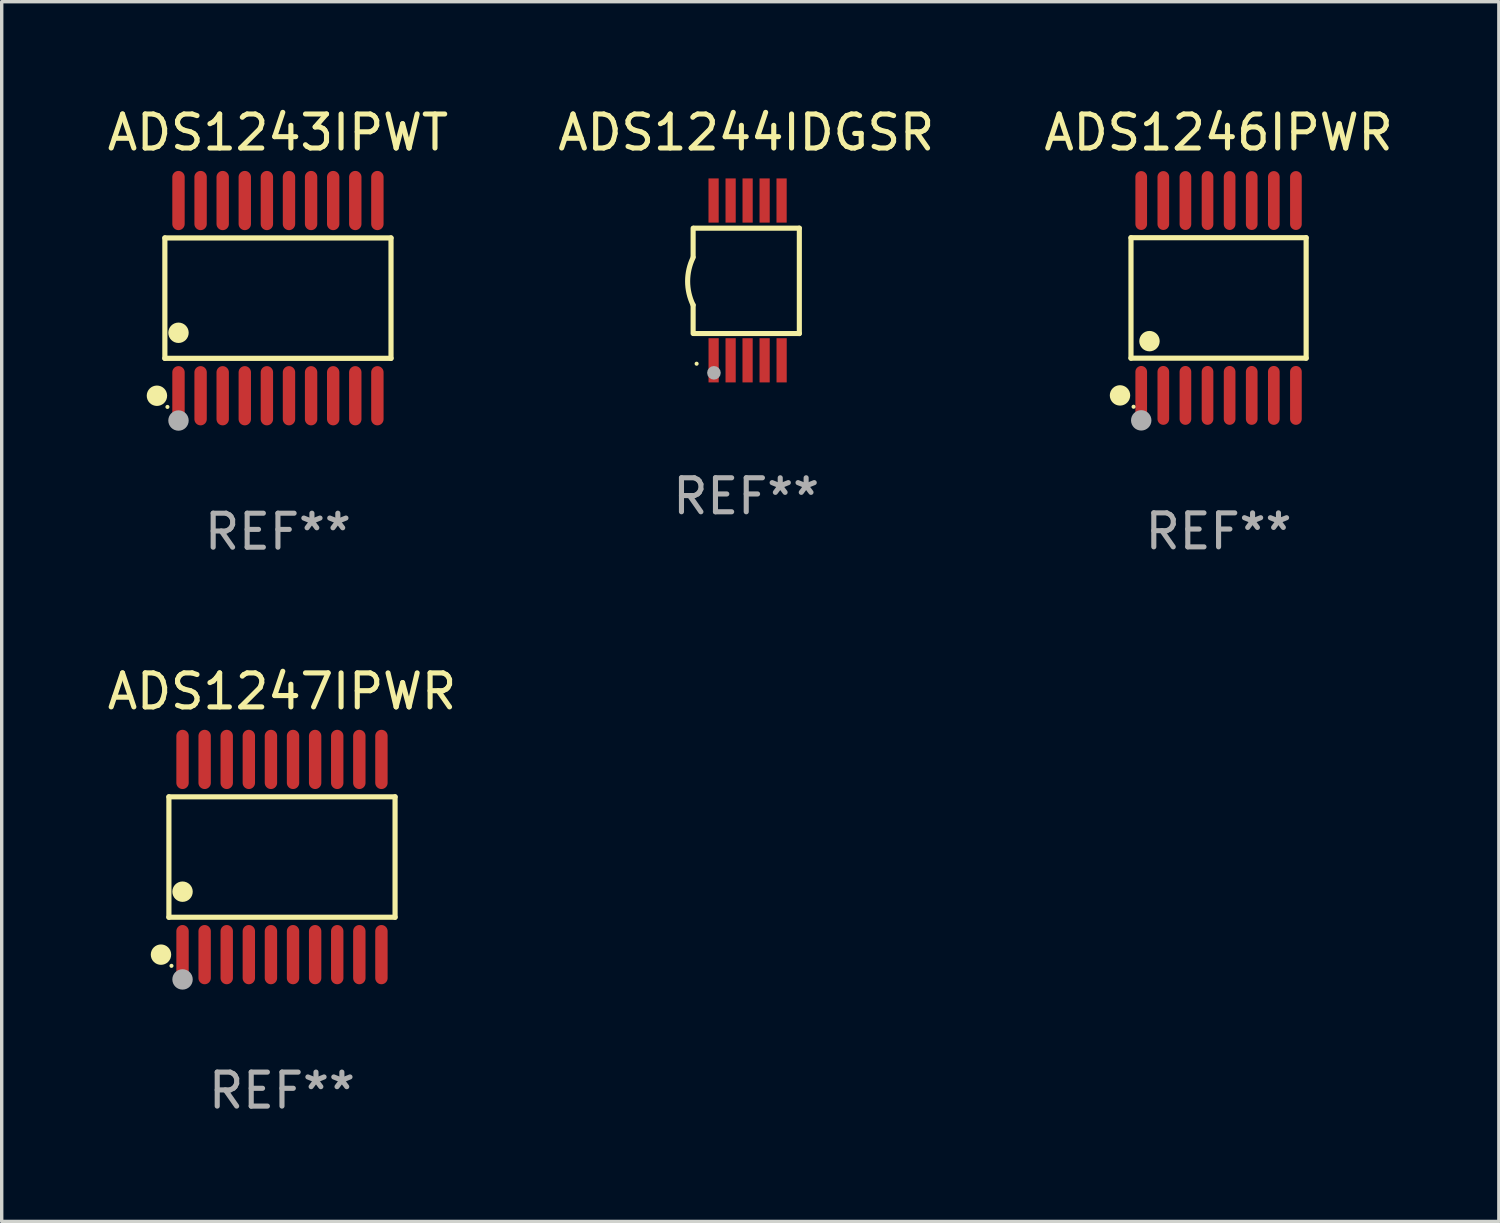
<source format=kicad_pcb>
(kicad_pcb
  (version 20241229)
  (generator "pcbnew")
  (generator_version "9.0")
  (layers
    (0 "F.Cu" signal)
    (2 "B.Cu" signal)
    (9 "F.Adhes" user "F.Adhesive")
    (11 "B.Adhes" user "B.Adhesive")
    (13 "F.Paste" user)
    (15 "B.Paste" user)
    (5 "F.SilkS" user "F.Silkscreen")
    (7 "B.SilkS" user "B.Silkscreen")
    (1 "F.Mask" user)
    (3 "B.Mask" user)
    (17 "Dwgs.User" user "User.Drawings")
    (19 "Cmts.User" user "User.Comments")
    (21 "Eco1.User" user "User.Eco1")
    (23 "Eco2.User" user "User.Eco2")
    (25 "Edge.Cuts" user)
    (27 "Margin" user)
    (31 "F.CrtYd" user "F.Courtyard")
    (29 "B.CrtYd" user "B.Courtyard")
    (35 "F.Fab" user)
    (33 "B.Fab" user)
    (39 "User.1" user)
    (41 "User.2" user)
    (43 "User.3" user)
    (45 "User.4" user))
  (footprint "ADS1247IPWR"
    (layer "F.Cu")
    (at 5.244 22.158)
    (property "Reference" "ADS1247IPWR" (at 0 -4.871 0) (layer "F.SilkS") (effects (font (size 1 1) (thickness 0.15))))
    (attr through_hole)
    (fp_line (start -3.326 -1.771) (end 3.326 -1.771) (stroke (width 0.152) (type solid)) (layer "F.SilkS"))
    (fp_line (start -3.326 1.771) (end -3.326 -1.771) (stroke (width 0.152) (type solid)) (layer "F.SilkS"))
    (fp_line (start 3.326 -1.771) (end 3.326 1.771) (stroke (width 0.152) (type solid)) (layer "F.SilkS"))
    (fp_line (start 3.326 1.771) (end -3.326 1.771) (stroke (width 0.152) (type solid)) (layer "F.SilkS"))
    (fp_circle (center -3.559 2.871) (end -3.409 2.871) (stroke (width 0.3) (type solid)) (fill no) (layer "F.SilkS"))
    (fp_circle (center -3.25 3.2) (end -3.22 3.2) (stroke (width 0.06) (type solid)) (fill no) (layer "F.SilkS"))
    (fp_circle (center -2.925 1.019) (end -2.775 1.019) (stroke (width 0.3) (type solid)) (fill no) (layer "F.SilkS"))
    (fp_circle (center -2.925 3.6) (end -2.775 3.6) (stroke (width 0.3) (type solid)) (fill no) (layer "F.Fab"))
    (fp_text user "REF**" (at 0 6.871 0) (layer "F.Fab") (effects (font (size 1 1) (thickness 0.15))))
    (pad "1" smd oval (at -2.925 2.871) (size 0.364 1.742) (layers "F.Cu" "F.Mask" "F.Paste"))
    (pad "2" smd oval (at -2.275 2.871) (size 0.364 1.742) (layers "F.Cu" "F.Mask" "F.Paste"))
    (pad "3" smd oval (at -1.625 2.871) (size 0.364 1.742) (layers "F.Cu" "F.Mask" "F.Paste"))
    (pad "4" smd oval (at -0.975 2.871) (size 0.364 1.742) (layers "F.Cu" "F.Mask" "F.Paste"))
    (pad "5" smd oval (at -0.325 2.871) (size 0.364 1.742) (layers "F.Cu" "F.Mask" "F.Paste"))
    (pad "6" smd oval (at 0.325 2.871) (size 0.364 1.742) (layers "F.Cu" "F.Mask" "F.Paste"))
    (pad "7" smd oval (at 0.975 2.871) (size 0.364 1.742) (layers "F.Cu" "F.Mask" "F.Paste"))
    (pad "8" smd oval (at 1.625 2.871) (size 0.364 1.742) (layers "F.Cu" "F.Mask" "F.Paste"))
    (pad "9" smd oval (at 2.275 2.871) (size 0.364 1.742) (layers "F.Cu" "F.Mask" "F.Paste"))
    (pad "10" smd oval (at 2.925 2.871) (size 0.364 1.742) (layers "F.Cu" "F.Mask" "F.Paste"))
    (pad "11" smd oval (at 2.925 -2.871) (size 0.364 1.742) (layers "F.Cu" "F.Mask" "F.Paste"))
    (pad "12" smd oval (at 2.275 -2.871) (size 0.364 1.742) (layers "F.Cu" "F.Mask" "F.Paste"))
    (pad "13" smd oval (at 1.625 -2.871) (size 0.364 1.742) (layers "F.Cu" "F.Mask" "F.Paste"))
    (pad "14" smd oval (at 0.975 -2.871) (size 0.364 1.742) (layers "F.Cu" "F.Mask" "F.Paste"))
    (pad "15" smd oval (at 0.325 -2.871) (size 0.364 1.742) (layers "F.Cu" "F.Mask" "F.Paste"))
    (pad "16" smd oval (at -0.325 -2.871) (size 0.364 1.742) (layers "F.Cu" "F.Mask" "F.Paste"))
    (pad "17" smd oval (at -0.975 -2.871) (size 0.364 1.742) (layers "F.Cu" "F.Mask" "F.Paste"))
    (pad "18" smd oval (at -1.625 -2.871) (size 0.364 1.742) (layers "F.Cu" "F.Mask" "F.Paste"))
    (pad "19" smd oval (at -2.275 -2.871) (size 0.364 1.742) (layers "F.Cu" "F.Mask" "F.Paste"))
    (pad "20" smd oval (at -2.925 -2.871) (size 0.364 1.742) (layers "F.Cu" "F.Mask" "F.Paste")))
  (footprint "ADS1246IPWR"
    (layer "F.Cu")
    (at 32.792 5.714)
    (property "Reference" "ADS1246IPWR" (at 0 -4.866 0) (layer "F.SilkS") (effects (font (size 1 1) (thickness 0.15))))
    (attr through_hole)
    (fp_line (start -2.576 -1.772) (end 2.576 -1.772) (stroke (width 0.152) (type solid)) (layer "F.SilkS"))
    (fp_line (start -2.576 1.771) (end -2.576 -1.772) (stroke (width 0.152) (type solid)) (layer "F.SilkS"))
    (fp_line (start 2.576 -1.772) (end 2.576 1.771) (stroke (width 0.152) (type solid)) (layer "F.SilkS"))
    (fp_line (start 2.576 1.771) (end -2.576 1.771) (stroke (width 0.152) (type solid)) (layer "F.SilkS"))
    (fp_circle (center -2.899 2.866) (end -2.749 2.866) (stroke (width 0.3) (type solid)) (fill no) (layer "F.SilkS"))
    (fp_circle (center -2.5 3.2) (end -2.47 3.2) (stroke (width 0.06) (type solid)) (fill no) (layer "F.SilkS"))
    (fp_circle (center -2.032 1.27) (end -1.882 1.27) (stroke (width 0.3) (type solid)) (fill no) (layer "F.SilkS"))
    (fp_circle (center -2.275 3.6) (end -2.125 3.6) (stroke (width 0.3) (type solid)) (fill no) (layer "F.Fab"))
    (fp_text user "REF**" (at 0 6.866 0) (layer "F.Fab") (effects (font (size 1 1) (thickness 0.15))))
    (pad "1" smd oval (at -2.275 2.866) (size 0.343 1.731) (layers "F.Cu" "F.Mask" "F.Paste"))
    (pad "2" smd oval (at -1.625 2.866) (size 0.343 1.731) (layers "F.Cu" "F.Mask" "F.Paste"))
    (pad "3" smd oval (at -0.975 2.866) (size 0.343 1.731) (layers "F.Cu" "F.Mask" "F.Paste"))
    (pad "4" smd oval (at -0.325 2.866) (size 0.343 1.731) (layers "F.Cu" "F.Mask" "F.Paste"))
    (pad "5" smd oval (at 0.325 2.866) (size 0.343 1.731) (layers "F.Cu" "F.Mask" "F.Paste"))
    (pad "6" smd oval (at 0.975 2.866) (size 0.343 1.731) (layers "F.Cu" "F.Mask" "F.Paste"))
    (pad "7" smd oval (at 1.625 2.866) (size 0.343 1.731) (layers "F.Cu" "F.Mask" "F.Paste"))
    (pad "8" smd oval (at 2.275 2.866) (size 0.343 1.731) (layers "F.Cu" "F.Mask" "F.Paste"))
    (pad "9" smd oval (at 2.275 -2.866) (size 0.343 1.731) (layers "F.Cu" "F.Mask" "F.Paste"))
    (pad "10" smd oval (at 1.625 -2.866) (size 0.343 1.731) (layers "F.Cu" "F.Mask" "F.Paste"))
    (pad "11" smd oval (at 0.975 -2.866) (size 0.343 1.731) (layers "F.Cu" "F.Mask" "F.Paste"))
    (pad "12" smd oval (at 0.325 -2.866) (size 0.343 1.731) (layers "F.Cu" "F.Mask" "F.Paste"))
    (pad "13" smd oval (at -0.325 -2.866) (size 0.343 1.731) (layers "F.Cu" "F.Mask" "F.Paste"))
    (pad "14" smd oval (at -0.975 -2.866) (size 0.343 1.731) (layers "F.Cu" "F.Mask" "F.Paste"))
    (pad "15" smd oval (at -1.625 -2.866) (size 0.343 1.731) (layers "F.Cu" "F.Mask" "F.Paste"))
    (pad "16" smd oval (at -2.275 -2.866) (size 0.343 1.731) (layers "F.Cu" "F.Mask" "F.Paste")))
  (footprint "ADS1243IPWT"
    (layer "F.Cu")
    (at 5.125 5.719)
    (property "Reference" "ADS1243IPWT" (at 0 -4.871 0) (layer "F.SilkS") (effects (font (size 1 1) (thickness 0.15))))
    (attr through_hole)
    (fp_line (start -3.326 -1.771) (end 3.326 -1.771) (stroke (width 0.152) (type solid)) (layer "F.SilkS"))
    (fp_line (start -3.326 1.771) (end -3.326 -1.771) (stroke (width 0.152) (type solid)) (layer "F.SilkS"))
    (fp_line (start 3.326 -1.771) (end 3.326 1.771) (stroke (width 0.152) (type solid)) (layer "F.SilkS"))
    (fp_line (start 3.326 1.771) (end -3.326 1.771) (stroke (width 0.152) (type solid)) (layer "F.SilkS"))
    (fp_circle (center -3.559 2.871) (end -3.409 2.871) (stroke (width 0.3) (type solid)) (fill no) (layer "F.SilkS"))
    (fp_circle (center -3.25 3.2) (end -3.22 3.2) (stroke (width 0.06) (type solid)) (fill no) (layer "F.SilkS"))
    (fp_circle (center -2.925 1.019) (end -2.775 1.019) (stroke (width 0.3) (type solid)) (fill no) (layer "F.SilkS"))
    (fp_circle (center -2.925 3.6) (end -2.775 3.6) (stroke (width 0.3) (type solid)) (fill no) (layer "F.Fab"))
    (fp_text user "REF**" (at 0 6.871 0) (layer "F.Fab") (effects (font (size 1 1) (thickness 0.15))))
    (pad "1" smd oval (at -2.925 2.871) (size 0.364 1.742) (layers "F.Cu" "F.Mask" "F.Paste"))
    (pad "2" smd oval (at -2.275 2.871) (size 0.364 1.742) (layers "F.Cu" "F.Mask" "F.Paste"))
    (pad "3" smd oval (at -1.625 2.871) (size 0.364 1.742) (layers "F.Cu" "F.Mask" "F.Paste"))
    (pad "4" smd oval (at -0.975 2.871) (size 0.364 1.742) (layers "F.Cu" "F.Mask" "F.Paste"))
    (pad "5" smd oval (at -0.325 2.871) (size 0.364 1.742) (layers "F.Cu" "F.Mask" "F.Paste"))
    (pad "6" smd oval (at 0.325 2.871) (size 0.364 1.742) (layers "F.Cu" "F.Mask" "F.Paste"))
    (pad "7" smd oval (at 0.975 2.871) (size 0.364 1.742) (layers "F.Cu" "F.Mask" "F.Paste"))
    (pad "8" smd oval (at 1.625 2.871) (size 0.364 1.742) (layers "F.Cu" "F.Mask" "F.Paste"))
    (pad "9" smd oval (at 2.275 2.871) (size 0.364 1.742) (layers "F.Cu" "F.Mask" "F.Paste"))
    (pad "10" smd oval (at 2.925 2.871) (size 0.364 1.742) (layers "F.Cu" "F.Mask" "F.Paste"))
    (pad "11" smd oval (at 2.925 -2.871) (size 0.364 1.742) (layers "F.Cu" "F.Mask" "F.Paste"))
    (pad "12" smd oval (at 2.275 -2.871) (size 0.364 1.742) (layers "F.Cu" "F.Mask" "F.Paste"))
    (pad "13" smd oval (at 1.625 -2.871) (size 0.364 1.742) (layers "F.Cu" "F.Mask" "F.Paste"))
    (pad "14" smd oval (at 0.975 -2.871) (size 0.364 1.742) (layers "F.Cu" "F.Mask" "F.Paste"))
    (pad "15" smd oval (at 0.325 -2.871) (size 0.364 1.742) (layers "F.Cu" "F.Mask" "F.Paste"))
    (pad "16" smd oval (at -0.325 -2.871) (size 0.364 1.742) (layers "F.Cu" "F.Mask" "F.Paste"))
    (pad "17" smd oval (at -0.975 -2.871) (size 0.364 1.742) (layers "F.Cu" "F.Mask" "F.Paste"))
    (pad "18" smd oval (at -1.625 -2.871) (size 0.364 1.742) (layers "F.Cu" "F.Mask" "F.Paste"))
    (pad "19" smd oval (at -2.275 -2.871) (size 0.364 1.742) (layers "F.Cu" "F.Mask" "F.Paste"))
    (pad "20" smd oval (at -2.925 -2.871) (size 0.364 1.742) (layers "F.Cu" "F.Mask" "F.Paste")))
  (footprint "ADS1244IDGSR"
    (layer "F.Cu")
    (at 18.899 5.198)
    (property "Reference" "ADS1244IDGSR" (at 0 -4.35 0) (layer "F.SilkS") (effects (font (size 1 1) (thickness 0.15))))
    (attr through_hole)
    (fp_line (start -1.562 -1.537) (end -1.562 -0.698) (stroke (width 0.15) (type solid)) (layer "F.SilkS"))
    (fp_line (start -1.562 0.724) (end -1.562 1.562) (stroke (width 0.15) (type solid)) (layer "F.SilkS"))
    (fp_line (start -1.538 -1.537) (end 1.562 -1.537) (stroke (width 0.15) (type solid)) (layer "F.SilkS"))
    (fp_line (start -1.538 1.562) (end 1.562 1.562) (stroke (width 0.15) (type solid)) (layer "F.SilkS"))
    (fp_line (start 1.562 1.564) (end 1.562 -1.537) (stroke (width 0.15) (type solid)) (layer "F.SilkS"))
    (fp_arc (start -1.562103 0.724079) (mid -1.723579 0.025578) (end -1.562103 -0.672924) (stroke (width 0.150013) (type solid)) (layer "F.SilkS"))
    (fp_circle (center -1.459 2.45) (end -1.429 2.45) (stroke (width 0.06) (type solid)) (fill no) (layer "F.SilkS"))
    (fp_circle (center -0.95 2.718) (end -0.85 2.718) (stroke (width 0.2) (type solid)) (fill no) (layer "F.Fab"))
    (fp_text user "REF**" (at 0 6.35 0) (layer "F.Fab") (effects (font (size 1 1) (thickness 0.15))))
    (pad "1" smd rect (at -0.959 2.35) (size 0.3 1.3) (layers "F.Cu" "F.Mask" "F.Paste"))
    (pad "2" smd rect (at -0.459 2.35) (size 0.3 1.3) (layers "F.Cu" "F.Mask" "F.Paste"))
    (pad "3" smd rect (at 0.04 2.35) (size 0.3 1.3) (layers "F.Cu" "F.Mask" "F.Paste"))
    (pad "4" smd rect (at 0.541 2.35) (size 0.3 1.3) (layers "F.Cu" "F.Mask" "F.Paste"))
    (pad "5" smd rect (at 1.041 2.35) (size 0.3 1.3) (layers "F.Cu" "F.Mask" "F.Paste"))
    (pad "6" smd rect (at 1.04 -2.35) (size 0.3 1.3) (layers "F.Cu" "F.Mask" "F.Paste"))
    (pad "7" smd rect (at 0.541 -2.35) (size 0.3 1.3) (layers "F.Cu" "F.Mask" "F.Paste"))
    (pad "8" smd rect (at 0.041 -2.35) (size 0.3 1.3) (layers "F.Cu" "F.Mask" "F.Paste"))
    (pad "9" smd rect (at -0.459 -2.35) (size 0.3 1.3) (layers "F.Cu" "F.Mask" "F.Paste"))
    (pad "10" smd rect (at -0.96 -2.35) (size 0.3 1.3) (layers "F.Cu" "F.Mask" "F.Paste")))
  (gr_rect
    (start -3 -3)
    (end 41.036 32.877)
    (stroke (width 0.1) (type default))
    (fill no)
    (layer "Edge.Cuts")))
</source>
